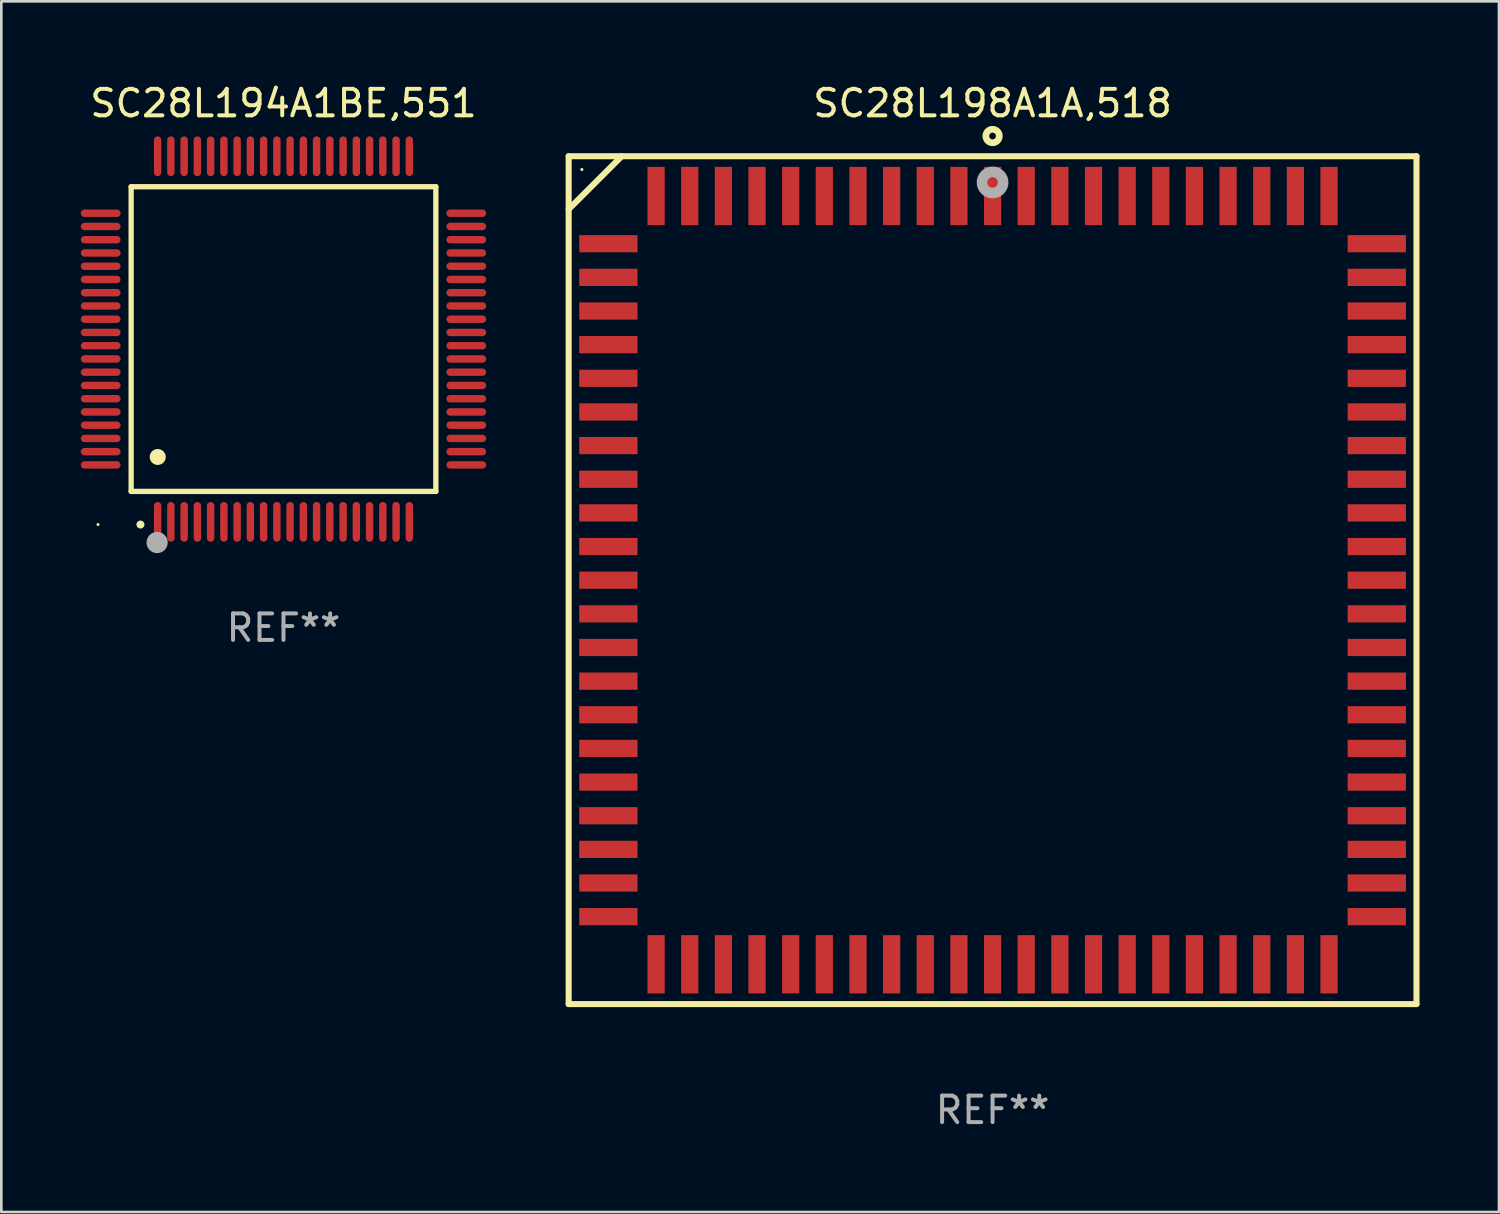
<source format=kicad_pcb>
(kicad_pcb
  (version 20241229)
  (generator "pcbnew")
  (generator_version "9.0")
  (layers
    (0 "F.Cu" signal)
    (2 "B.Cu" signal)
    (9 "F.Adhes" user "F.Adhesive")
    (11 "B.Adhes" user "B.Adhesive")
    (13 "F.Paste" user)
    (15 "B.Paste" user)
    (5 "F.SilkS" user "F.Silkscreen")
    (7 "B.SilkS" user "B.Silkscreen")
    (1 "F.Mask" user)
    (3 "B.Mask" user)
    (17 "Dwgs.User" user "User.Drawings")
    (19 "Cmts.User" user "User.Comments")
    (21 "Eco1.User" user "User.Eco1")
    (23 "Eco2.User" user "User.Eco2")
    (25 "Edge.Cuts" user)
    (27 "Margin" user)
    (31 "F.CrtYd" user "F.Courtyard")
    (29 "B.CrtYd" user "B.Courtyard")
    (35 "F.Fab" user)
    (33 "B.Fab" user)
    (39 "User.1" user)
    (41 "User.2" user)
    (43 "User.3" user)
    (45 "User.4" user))
  (footprint "SC28L198A1A,518"
    (layer "F.Cu")
    (at 34.414 18.848)
    (property "Reference" "SC28L198A1A,518" (at 0 -18 0) (layer "F.SilkS") (effects (font (size 1 1) (thickness 0.15))))
    (attr through_hole)
    (fp_line (start -16 -16) (end -16 16) (stroke (width 0.229) (type solid)) (layer "F.SilkS"))
    (fp_line (start -16 16) (end 16 16) (stroke (width 0.229) (type solid)) (layer "F.SilkS"))
    (fp_line (start -14 -16) (end -16 -14) (stroke (width 0.229) (type solid)) (layer "F.SilkS"))
    (fp_line (start 16 -16) (end -16 -16) (stroke (width 0.229) (type solid)) (layer "F.SilkS"))
    (fp_line (start 16 16) (end 16 -16) (stroke (width 0.229) (type solid)) (layer "F.SilkS"))
    (fp_circle (center -15.501 -15.5) (end -15.471 -15.5) (stroke (width 0.06) (type solid)) (fill no) (layer "F.SilkS"))
    (fp_circle (center 0 -16.764) (end 0.254 -16.764) (stroke (width 0.254) (type solid)) (fill no) (layer "F.SilkS"))
    (fp_circle (center 0.000102 -15.012) (end 0.2 -15.012) (stroke (width 0.4) (type solid)) (fill no) (layer "F.Fab"))
    (fp_text user "REF**" (at 0 20 0) (layer "F.Fab") (effects (font (size 1 1) (thickness 0.15))))
    (pad "1" smd rect (at 0 -14.5 180) (size 0.65 2.2) (layers "F.Cu" "F.Mask" "F.Paste"))
    (pad "2" smd rect (at -1.27 -14.5 180) (size 0.65 2.2) (layers "F.Cu" "F.Mask" "F.Paste"))
    (pad "3" smd rect (at -2.54 -14.5 180) (size 0.65 2.2) (layers "F.Cu" "F.Mask" "F.Paste"))
    (pad "4" smd rect (at -3.81 -14.5 180) (size 0.65 2.2) (layers "F.Cu" "F.Mask" "F.Paste"))
    (pad "5" smd rect (at -5.08 -14.5 180) (size 0.65 2.2) (layers "F.Cu" "F.Mask" "F.Paste"))
    (pad "6" smd rect (at -6.35 -14.5 180) (size 0.65 2.2) (layers "F.Cu" "F.Mask" "F.Paste"))
    (pad "7" smd rect (at -7.62 -14.5 180) (size 0.65 2.2) (layers "F.Cu" "F.Mask" "F.Paste"))
    (pad "8" smd rect (at -8.89 -14.5 180) (size 0.65 2.2) (layers "F.Cu" "F.Mask" "F.Paste"))
    (pad "9" smd rect (at -10.16 -14.5 180) (size 0.65 2.2) (layers "F.Cu" "F.Mask" "F.Paste"))
    (pad "10" smd rect (at -11.43 -14.5 180) (size 0.65 2.2) (layers "F.Cu" "F.Mask" "F.Paste"))
    (pad "11" smd rect (at -12.7 -14.5 180) (size 0.65 2.2) (layers "F.Cu" "F.Mask" "F.Paste"))
    (pad "12" smd rect (at -14.501 -12.699 180) (size 2.2 0.65) (layers "F.Cu" "F.Mask" "F.Paste"))
    (pad "13" smd rect (at -14.501 -11.429 180) (size 2.2 0.65) (layers "F.Cu" "F.Mask" "F.Paste"))
    (pad "14" smd rect (at -14.501 -10.159 180) (size 2.2 0.65) (layers "F.Cu" "F.Mask" "F.Paste"))
    (pad "15" smd rect (at -14.501 -8.889 180) (size 2.2 0.65) (layers "F.Cu" "F.Mask" "F.Paste"))
    (pad "16" smd rect (at -14.501 -7.619 180) (size 2.2 0.65) (layers "F.Cu" "F.Mask" "F.Paste"))
    (pad "17" smd rect (at -14.501 -6.349 180) (size 2.2 0.65) (layers "F.Cu" "F.Mask" "F.Paste"))
    (pad "18" smd rect (at -14.501 -5.079 180) (size 2.2 0.65) (layers "F.Cu" "F.Mask" "F.Paste"))
    (pad "19" smd rect (at -14.501 -3.809 180) (size 2.2 0.65) (layers "F.Cu" "F.Mask" "F.Paste"))
    (pad "20" smd rect (at -14.501 -2.539 180) (size 2.2 0.65) (layers "F.Cu" "F.Mask" "F.Paste"))
    (pad "21" smd rect (at -14.501 -1.269 180) (size 2.2 0.65) (layers "F.Cu" "F.Mask" "F.Paste"))
    (pad "22" smd rect (at -14.501 0.001 180) (size 2.2 0.65) (layers "F.Cu" "F.Mask" "F.Paste"))
    (pad "23" smd rect (at -14.501 1.271 180) (size 2.2 0.65) (layers "F.Cu" "F.Mask" "F.Paste"))
    (pad "24" smd rect (at -14.501 2.541 180) (size 2.2 0.65) (layers "F.Cu" "F.Mask" "F.Paste"))
    (pad "25" smd rect (at -14.501 3.811 180) (size 2.2 0.65) (layers "F.Cu" "F.Mask" "F.Paste"))
    (pad "26" smd rect (at -14.501 5.081 180) (size 2.2 0.65) (layers "F.Cu" "F.Mask" "F.Paste"))
    (pad "27" smd rect (at -14.501 6.351 180) (size 2.2 0.65) (layers "F.Cu" "F.Mask" "F.Paste"))
    (pad "28" smd rect (at -14.501 7.621 180) (size 2.2 0.65) (layers "F.Cu" "F.Mask" "F.Paste"))
    (pad "29" smd rect (at -14.501 8.891 180) (size 2.2 0.65) (layers "F.Cu" "F.Mask" "F.Paste"))
    (pad "30" smd rect (at -14.501 10.161 180) (size 2.2 0.65) (layers "F.Cu" "F.Mask" "F.Paste"))
    (pad "31" smd rect (at -14.501 11.431 180) (size 2.2 0.65) (layers "F.Cu" "F.Mask" "F.Paste"))
    (pad "32" smd rect (at -14.501 12.701 180) (size 2.2 0.65) (layers "F.Cu" "F.Mask" "F.Paste"))
    (pad "33" smd rect (at -12.7 14.499 180) (size 0.65 2.2) (layers "F.Cu" "F.Mask" "F.Paste"))
    (pad "34" smd rect (at -11.43 14.499 180) (size 0.65 2.2) (layers "F.Cu" "F.Mask" "F.Paste"))
    (pad "35" smd rect (at -10.16 14.499 180) (size 0.65 2.2) (layers "F.Cu" "F.Mask" "F.Paste"))
    (pad "36" smd rect (at -8.89 14.499 180) (size 0.65 2.2) (layers "F.Cu" "F.Mask" "F.Paste"))
    (pad "37" smd rect (at -7.62 14.499 180) (size 0.65 2.2) (layers "F.Cu" "F.Mask" "F.Paste"))
    (pad "38" smd rect (at -6.35 14.499 180) (size 0.65 2.2) (layers "F.Cu" "F.Mask" "F.Paste"))
    (pad "39" smd rect (at -5.08 14.499 180) (size 0.65 2.2) (layers "F.Cu" "F.Mask" "F.Paste"))
    (pad "40" smd rect (at -3.81 14.499 180) (size 0.65 2.2) (layers "F.Cu" "F.Mask" "F.Paste"))
    (pad "41" smd rect (at -2.54 14.499 180) (size 0.65 2.2) (layers "F.Cu" "F.Mask" "F.Paste"))
    (pad "42" smd rect (at -1.27 14.499 180) (size 0.65 2.2) (layers "F.Cu" "F.Mask" "F.Paste"))
    (pad "43" smd rect (at 0 14.499 180) (size 0.65 2.2) (layers "F.Cu" "F.Mask" "F.Paste"))
    (pad "44" smd rect (at 1.27 14.499 180) (size 0.65 2.2) (layers "F.Cu" "F.Mask" "F.Paste"))
    (pad "45" smd rect (at 2.54 14.499 180) (size 0.65 2.2) (layers "F.Cu" "F.Mask" "F.Paste"))
    (pad "46" smd rect (at 3.81 14.499 180) (size 0.65 2.2) (layers "F.Cu" "F.Mask" "F.Paste"))
    (pad "47" smd rect (at 5.08 14.499 180) (size 0.65 2.2) (layers "F.Cu" "F.Mask" "F.Paste"))
    (pad "48" smd rect (at 6.35 14.499 180) (size 0.65 2.2) (layers "F.Cu" "F.Mask" "F.Paste"))
    (pad "49" smd rect (at 7.62 14.499 180) (size 0.65 2.2) (layers "F.Cu" "F.Mask" "F.Paste"))
    (pad "50" smd rect (at 8.89 14.499 180) (size 0.65 2.2) (layers "F.Cu" "F.Mask" "F.Paste"))
    (pad "51" smd rect (at 10.16 14.499 180) (size 0.65 2.2) (layers "F.Cu" "F.Mask" "F.Paste"))
    (pad "52" smd rect (at 11.43 14.499 180) (size 0.65 2.2) (layers "F.Cu" "F.Mask" "F.Paste"))
    (pad "53" smd rect (at 12.7 14.499 180) (size 0.65 2.2) (layers "F.Cu" "F.Mask" "F.Paste"))
    (pad "54" smd rect (at 14.501 12.701 180) (size 2.2 0.65) (layers "F.Cu" "F.Mask" "F.Paste"))
    (pad "55" smd rect (at 14.501 11.431 180) (size 2.2 0.65) (layers "F.Cu" "F.Mask" "F.Paste"))
    (pad "56" smd rect (at 14.501 10.161 180) (size 2.2 0.65) (layers "F.Cu" "F.Mask" "F.Paste"))
    (pad "57" smd rect (at 14.501 8.891 180) (size 2.2 0.65) (layers "F.Cu" "F.Mask" "F.Paste"))
    (pad "58" smd rect (at 14.501 7.621 180) (size 2.2 0.65) (layers "F.Cu" "F.Mask" "F.Paste"))
    (pad "59" smd rect (at 14.501 6.351 180) (size 2.2 0.65) (layers "F.Cu" "F.Mask" "F.Paste"))
    (pad "60" smd rect (at 14.501 5.081 180) (size 2.2 0.65) (layers "F.Cu" "F.Mask" "F.Paste"))
    (pad "61" smd rect (at 14.501 3.811 180) (size 2.2 0.65) (layers "F.Cu" "F.Mask" "F.Paste"))
    (pad "62" smd rect (at 14.501 2.541 180) (size 2.2 0.65) (layers "F.Cu" "F.Mask" "F.Paste"))
    (pad "63" smd rect (at 14.501 1.271 180) (size 2.2 0.65) (layers "F.Cu" "F.Mask" "F.Paste"))
    (pad "64" smd rect (at 14.501 0.001 180) (size 2.2 0.65) (layers "F.Cu" "F.Mask" "F.Paste"))
    (pad "65" smd rect (at 14.501 -1.269 180) (size 2.2 0.65) (layers "F.Cu" "F.Mask" "F.Paste"))
    (pad "66" smd rect (at 14.501 -2.539 180) (size 2.2 0.65) (layers "F.Cu" "F.Mask" "F.Paste"))
    (pad "67" smd rect (at 14.501 -3.809 180) (size 2.2 0.65) (layers "F.Cu" "F.Mask" "F.Paste"))
    (pad "68" smd rect (at 14.501 -5.079 180) (size 2.2 0.65) (layers "F.Cu" "F.Mask" "F.Paste"))
    (pad "69" smd rect (at 14.501 -6.349 180) (size 2.2 0.65) (layers "F.Cu" "F.Mask" "F.Paste"))
    (pad "70" smd rect (at 14.501 -7.619 180) (size 2.2 0.65) (layers "F.Cu" "F.Mask" "F.Paste"))
    (pad "71" smd rect (at 14.501 -8.889 180) (size 2.2 0.65) (layers "F.Cu" "F.Mask" "F.Paste"))
    (pad "72" smd rect (at 14.501 -10.159 180) (size 2.2 0.65) (layers "F.Cu" "F.Mask" "F.Paste"))
    (pad "73" smd rect (at 14.501 -11.429 180) (size 2.2 0.65) (layers "F.Cu" "F.Mask" "F.Paste"))
    (pad "74" smd rect (at 14.501 -12.699 180) (size 2.2 0.65) (layers "F.Cu" "F.Mask" "F.Paste"))
    (pad "75" smd rect (at 12.7 -14.5 180) (size 0.65 2.2) (layers "F.Cu" "F.Mask" "F.Paste"))
    (pad "76" smd rect (at 11.43 -14.5 180) (size 0.65 2.2) (layers "F.Cu" "F.Mask" "F.Paste"))
    (pad "77" smd rect (at 10.16 -14.5 180) (size 0.65 2.2) (layers "F.Cu" "F.Mask" "F.Paste"))
    (pad "78" smd rect (at 8.89 -14.5 180) (size 0.65 2.2) (layers "F.Cu" "F.Mask" "F.Paste"))
    (pad "79" smd rect (at 7.62 -14.5 180) (size 0.65 2.2) (layers "F.Cu" "F.Mask" "F.Paste"))
    (pad "80" smd rect (at 6.35 -14.5 180) (size 0.65 2.2) (layers "F.Cu" "F.Mask" "F.Paste"))
    (pad "81" smd rect (at 5.08 -14.5 180) (size 0.65 2.2) (layers "F.Cu" "F.Mask" "F.Paste"))
    (pad "82" smd rect (at 3.81 -14.5 180) (size 0.65 2.2) (layers "F.Cu" "F.Mask" "F.Paste"))
    (pad "83" smd rect (at 2.54 -14.5 180) (size 0.65 2.2) (layers "F.Cu" "F.Mask" "F.Paste"))
    (pad "84" smd rect (at 1.27 -14.5 180) (size 0.65 2.2) (layers "F.Cu" "F.Mask" "F.Paste")))
  (footprint "SC28L194A1BE,551"
    (layer "F.Cu")
    (at 7.65 9.748)
    (property "Reference" "SC28L194A1BE,551" (at 0 -8.9 0) (layer "F.SilkS") (effects (font (size 1 1) (thickness 0.15))))
    (attr through_hole)
    (fp_line (start -5.75 -5.75) (end 5.75 -5.75) (stroke (width 0.2) (type solid)) (layer "F.SilkS"))
    (fp_line (start -5.75 5.75) (end -5.75 -5.75) (stroke (width 0.2) (type solid)) (layer "F.SilkS"))
    (fp_line (start 5.75 -5.75) (end 5.75 5.75) (stroke (width 0.2) (type solid)) (layer "F.SilkS"))
    (fp_line (start 5.75 5.75) (end -5.75 5.75) (stroke (width 0.2) (type solid)) (layer "F.SilkS"))
    (fp_arc (start -5.400051 7.000254) (mid -5.398781 7.000249) (end -5.397511 7.000254) (stroke (width 0.3) (type solid)) (layer "F.SilkS"))
    (fp_arc (start -4.749809 4.450089) (mid -4.747269 4.450078) (end -4.744729 4.450089) (stroke (width 0.6) (type solid)) (layer "F.SilkS"))
    (fp_circle (center -7 7) (end -6.97 7) (stroke (width 0.06) (type solid)) (fill no) (layer "F.SilkS"))
    (fp_circle (center -4.77 7.68) (end -4.57 7.68) (stroke (width 0.4) (type solid)) (fill no) (layer "F.Fab"))
    (fp_text user "REF**" (at 0 10.9 0) (layer "F.Fab") (effects (font (size 1 1) (thickness 0.15))))
    (pad "1" smd oval (at -4.75 6.9) (size 0.28 1.5) (layers "F.Cu" "F.Mask" "F.Paste"))
    (pad "2" smd oval (at -4.25 6.9) (size 0.28 1.5) (layers "F.Cu" "F.Mask" "F.Paste"))
    (pad "3" smd oval (at -3.75 6.9) (size 0.28 1.5) (layers "F.Cu" "F.Mask" "F.Paste"))
    (pad "4" smd oval (at -3.25 6.9) (size 0.28 1.5) (layers "F.Cu" "F.Mask" "F.Paste"))
    (pad "5" smd oval (at -2.75 6.9) (size 0.28 1.5) (layers "F.Cu" "F.Mask" "F.Paste"))
    (pad "6" smd oval (at -2.25 6.9) (size 0.28 1.5) (layers "F.Cu" "F.Mask" "F.Paste"))
    (pad "7" smd oval (at -1.75 6.9) (size 0.28 1.5) (layers "F.Cu" "F.Mask" "F.Paste"))
    (pad "8" smd oval (at -1.25 6.9) (size 0.28 1.5) (layers "F.Cu" "F.Mask" "F.Paste"))
    (pad "9" smd oval (at -0.75 6.9) (size 0.28 1.5) (layers "F.Cu" "F.Mask" "F.Paste"))
    (pad "10" smd oval (at -0.25 6.9) (size 0.28 1.5) (layers "F.Cu" "F.Mask" "F.Paste"))
    (pad "11" smd oval (at 0.25 6.9) (size 0.28 1.5) (layers "F.Cu" "F.Mask" "F.Paste"))
    (pad "12" smd oval (at 0.75 6.9) (size 0.28 1.5) (layers "F.Cu" "F.Mask" "F.Paste"))
    (pad "13" smd oval (at 1.25 6.9) (size 0.28 1.5) (layers "F.Cu" "F.Mask" "F.Paste"))
    (pad "14" smd oval (at 1.75 6.9) (size 0.28 1.5) (layers "F.Cu" "F.Mask" "F.Paste"))
    (pad "15" smd oval (at 2.25 6.9) (size 0.28 1.5) (layers "F.Cu" "F.Mask" "F.Paste"))
    (pad "16" smd oval (at 2.75 6.9) (size 0.28 1.5) (layers "F.Cu" "F.Mask" "F.Paste"))
    (pad "17" smd oval (at 3.25 6.9) (size 0.28 1.5) (layers "F.Cu" "F.Mask" "F.Paste"))
    (pad "18" smd oval (at 3.75 6.9) (size 0.28 1.5) (layers "F.Cu" "F.Mask" "F.Paste"))
    (pad "19" smd oval (at 4.25 6.9) (size 0.28 1.5) (layers "F.Cu" "F.Mask" "F.Paste"))
    (pad "20" smd oval (at 4.75 6.9) (size 0.28 1.5) (layers "F.Cu" "F.Mask" "F.Paste"))
    (pad "21" smd oval (at 6.9 4.75) (size 1.5 0.28) (layers "F.Cu" "F.Mask" "F.Paste"))
    (pad "22" smd oval (at 6.9 4.25) (size 1.5 0.28) (layers "F.Cu" "F.Mask" "F.Paste"))
    (pad "23" smd oval (at 6.9 3.75) (size 1.5 0.28) (layers "F.Cu" "F.Mask" "F.Paste"))
    (pad "24" smd oval (at 6.9 3.25) (size 1.5 0.28) (layers "F.Cu" "F.Mask" "F.Paste"))
    (pad "25" smd oval (at 6.9 2.75) (size 1.5 0.28) (layers "F.Cu" "F.Mask" "F.Paste"))
    (pad "26" smd oval (at 6.9 2.25) (size 1.5 0.28) (layers "F.Cu" "F.Mask" "F.Paste"))
    (pad "27" smd oval (at 6.9 1.75) (size 1.5 0.28) (layers "F.Cu" "F.Mask" "F.Paste"))
    (pad "28" smd oval (at 6.9 1.25) (size 1.5 0.28) (layers "F.Cu" "F.Mask" "F.Paste"))
    (pad "29" smd oval (at 6.9 0.75) (size 1.5 0.28) (layers "F.Cu" "F.Mask" "F.Paste"))
    (pad "30" smd oval (at 6.9 0.25) (size 1.5 0.28) (layers "F.Cu" "F.Mask" "F.Paste"))
    (pad "31" smd oval (at 6.9 -0.25) (size 1.5 0.28) (layers "F.Cu" "F.Mask" "F.Paste"))
    (pad "32" smd oval (at 6.9 -0.75) (size 1.5 0.28) (layers "F.Cu" "F.Mask" "F.Paste"))
    (pad "33" smd oval (at 6.9 -1.25) (size 1.5 0.28) (layers "F.Cu" "F.Mask" "F.Paste"))
    (pad "34" smd oval (at 6.9 -1.75) (size 1.5 0.28) (layers "F.Cu" "F.Mask" "F.Paste"))
    (pad "35" smd oval (at 6.9 -2.25) (size 1.5 0.28) (layers "F.Cu" "F.Mask" "F.Paste"))
    (pad "36" smd oval (at 6.9 -2.75) (size 1.5 0.28) (layers "F.Cu" "F.Mask" "F.Paste"))
    (pad "37" smd oval (at 6.9 -3.25) (size 1.5 0.28) (layers "F.Cu" "F.Mask" "F.Paste"))
    (pad "38" smd oval (at 6.9 -3.75) (size 1.5 0.28) (layers "F.Cu" "F.Mask" "F.Paste"))
    (pad "39" smd oval (at 6.9 -4.25) (size 1.5 0.28) (layers "F.Cu" "F.Mask" "F.Paste"))
    (pad "40" smd oval (at 6.9 -4.75) (size 1.5 0.28) (layers "F.Cu" "F.Mask" "F.Paste"))
    (pad "41" smd oval (at 4.75 -6.9) (size 0.28 1.5) (layers "F.Cu" "F.Mask" "F.Paste"))
    (pad "42" smd oval (at 4.25 -6.9) (size 0.28 1.5) (layers "F.Cu" "F.Mask" "F.Paste"))
    (pad "43" smd oval (at 3.75 -6.9) (size 0.28 1.5) (layers "F.Cu" "F.Mask" "F.Paste"))
    (pad "44" smd oval (at 3.25 -6.9) (size 0.28 1.5) (layers "F.Cu" "F.Mask" "F.Paste"))
    (pad "45" smd oval (at 2.75 -6.9) (size 0.28 1.5) (layers "F.Cu" "F.Mask" "F.Paste"))
    (pad "46" smd oval (at 2.25 -6.9) (size 0.28 1.5) (layers "F.Cu" "F.Mask" "F.Paste"))
    (pad "47" smd oval (at 1.75 -6.9) (size 0.28 1.5) (layers "F.Cu" "F.Mask" "F.Paste"))
    (pad "48" smd oval (at 1.25 -6.9) (size 0.28 1.5) (layers "F.Cu" "F.Mask" "F.Paste"))
    (pad "49" smd oval (at 0.75 -6.9) (size 0.28 1.5) (layers "F.Cu" "F.Mask" "F.Paste"))
    (pad "50" smd oval (at 0.25 -6.9) (size 0.28 1.5) (layers "F.Cu" "F.Mask" "F.Paste"))
    (pad "51" smd oval (at -0.25 -6.9) (size 0.28 1.5) (layers "F.Cu" "F.Mask" "F.Paste"))
    (pad "52" smd oval (at -0.75 -6.9) (size 0.28 1.5) (layers "F.Cu" "F.Mask" "F.Paste"))
    (pad "53" smd oval (at -1.25 -6.9) (size 0.28 1.5) (layers "F.Cu" "F.Mask" "F.Paste"))
    (pad "54" smd oval (at -1.75 -6.9) (size 0.28 1.5) (layers "F.Cu" "F.Mask" "F.Paste"))
    (pad "55" smd oval (at -2.25 -6.9) (size 0.28 1.5) (layers "F.Cu" "F.Mask" "F.Paste"))
    (pad "56" smd oval (at -2.75 -6.9) (size 0.28 1.5) (layers "F.Cu" "F.Mask" "F.Paste"))
    (pad "57" smd oval (at -3.25 -6.9) (size 0.28 1.5) (layers "F.Cu" "F.Mask" "F.Paste"))
    (pad "58" smd oval (at -3.75 -6.9) (size 0.28 1.5) (layers "F.Cu" "F.Mask" "F.Paste"))
    (pad "59" smd oval (at -4.25 -6.9) (size 0.28 1.5) (layers "F.Cu" "F.Mask" "F.Paste"))
    (pad "60" smd oval (at -4.75 -6.9) (size 0.28 1.5) (layers "F.Cu" "F.Mask" "F.Paste"))
    (pad "61" smd oval (at -6.9 -4.75) (size 1.5 0.28) (layers "F.Cu" "F.Mask" "F.Paste"))
    (pad "62" smd oval (at -6.9 -4.25) (size 1.5 0.28) (layers "F.Cu" "F.Mask" "F.Paste"))
    (pad "63" smd oval (at -6.9 -3.75) (size 1.5 0.28) (layers "F.Cu" "F.Mask" "F.Paste"))
    (pad "64" smd oval (at -6.9 -3.25) (size 1.5 0.28) (layers "F.Cu" "F.Mask" "F.Paste"))
    (pad "65" smd oval (at -6.9 -2.75) (size 1.5 0.28) (layers "F.Cu" "F.Mask" "F.Paste"))
    (pad "66" smd oval (at -6.9 -2.25) (size 1.5 0.28) (layers "F.Cu" "F.Mask" "F.Paste"))
    (pad "67" smd oval (at -6.9 -1.75) (size 1.5 0.28) (layers "F.Cu" "F.Mask" "F.Paste"))
    (pad "68" smd oval (at -6.9 -1.25) (size 1.5 0.28) (layers "F.Cu" "F.Mask" "F.Paste"))
    (pad "69" smd oval (at -6.9 -0.75) (size 1.5 0.28) (layers "F.Cu" "F.Mask" "F.Paste"))
    (pad "70" smd oval (at -6.9 -0.25) (size 1.5 0.28) (layers "F.Cu" "F.Mask" "F.Paste"))
    (pad "71" smd oval (at -6.9 0.25) (size 1.5 0.28) (layers "F.Cu" "F.Mask" "F.Paste"))
    (pad "72" smd oval (at -6.9 0.75) (size 1.5 0.28) (layers "F.Cu" "F.Mask" "F.Paste"))
    (pad "73" smd oval (at -6.9 1.25) (size 1.5 0.28) (layers "F.Cu" "F.Mask" "F.Paste"))
    (pad "74" smd oval (at -6.9 1.75) (size 1.5 0.28) (layers "F.Cu" "F.Mask" "F.Paste"))
    (pad "75" smd oval (at -6.9 2.25) (size 1.5 0.28) (layers "F.Cu" "F.Mask" "F.Paste"))
    (pad "76" smd oval (at -6.9 2.75) (size 1.5 0.28) (layers "F.Cu" "F.Mask" "F.Paste"))
    (pad "77" smd oval (at -6.9 3.25) (size 1.5 0.28) (layers "F.Cu" "F.Mask" "F.Paste"))
    (pad "78" smd oval (at -6.9 3.75) (size 1.5 0.28) (layers "F.Cu" "F.Mask" "F.Paste"))
    (pad "79" smd oval (at -6.9 4.25) (size 1.5 0.28) (layers "F.Cu" "F.Mask" "F.Paste"))
    (pad "80" smd oval (at -6.9 4.75) (size 1.5 0.28) (layers "F.Cu" "F.Mask" "F.Paste")))
  (gr_rect
    (start -3 -3)
    (end 53.528 42.697)
    (stroke (width 0.1) (type default))
    (fill no)
    (layer "Edge.Cuts")))
</source>
